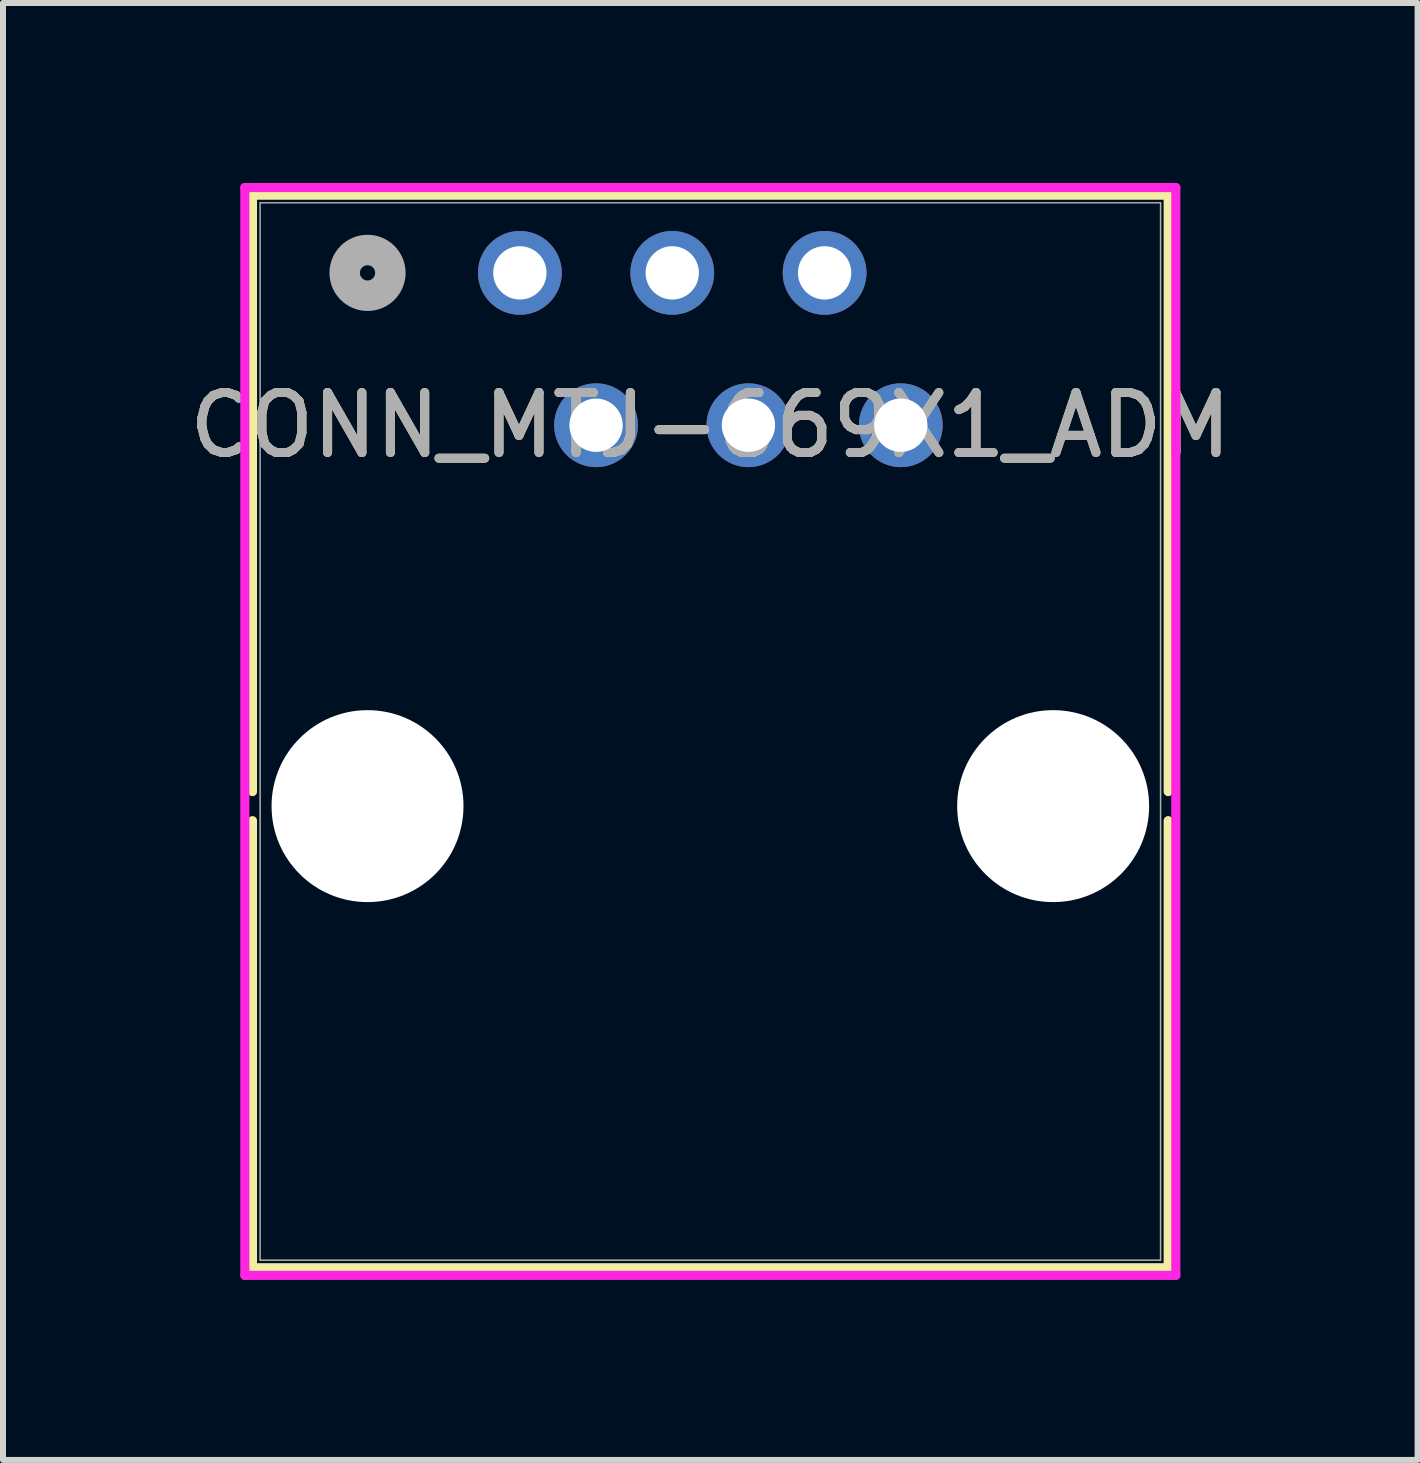
<source format=kicad_pcb>
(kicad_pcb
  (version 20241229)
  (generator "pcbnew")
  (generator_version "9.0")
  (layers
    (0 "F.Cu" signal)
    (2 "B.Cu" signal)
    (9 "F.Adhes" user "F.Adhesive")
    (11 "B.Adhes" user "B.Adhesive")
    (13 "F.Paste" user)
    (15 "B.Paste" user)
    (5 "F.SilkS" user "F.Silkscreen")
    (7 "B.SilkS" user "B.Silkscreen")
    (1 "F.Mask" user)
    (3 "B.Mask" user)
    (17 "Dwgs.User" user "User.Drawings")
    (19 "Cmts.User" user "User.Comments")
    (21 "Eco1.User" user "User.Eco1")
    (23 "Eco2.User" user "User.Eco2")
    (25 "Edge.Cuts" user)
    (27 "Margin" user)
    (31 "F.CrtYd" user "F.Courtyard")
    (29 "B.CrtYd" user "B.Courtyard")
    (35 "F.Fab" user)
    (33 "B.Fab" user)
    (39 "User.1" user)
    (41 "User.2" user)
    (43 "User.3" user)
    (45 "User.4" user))
  (footprint "CONN_MTJ-669X1_ADM"
    (layer "F.Cu")
    (at 4.347 4.039)
    (property "Reference" "CONN_MTJ-669X1_ADM" (at 4.445 0 0) (unlocked yes) (layer "F.SilkS") (effects (font (size 1 1) (thickness 0.15))))
    (attr through_hole)
    (fp_line (start -3.188 -3.835) (end -3.188 6.108) (stroke (width 0.152) (type solid)) (layer "F.SilkS"))
    (fp_line (start -3.188 6.592) (end -3.188 14.046) (stroke (width 0.152) (type solid)) (layer "F.SilkS"))
    (fp_line (start -3.188 14.046) (end 12.078 14.046) (stroke (width 0.152) (type solid)) (layer "F.SilkS"))
    (fp_line (start 12.078 -3.835) (end -3.188 -3.835) (stroke (width 0.152) (type solid)) (layer "F.SilkS"))
    (fp_line (start 12.078 6.108) (end 12.078 -3.835) (stroke (width 0.152) (type solid)) (layer "F.SilkS"))
    (fp_line (start 12.078 14.046) (end 12.078 6.592) (stroke (width 0.152) (type solid)) (layer "F.SilkS"))
    (fp_line (start -3.315 -3.962) (end -3.315 14.173) (stroke (width 0.152) (type solid)) (layer "F.CrtYd"))
    (fp_line (start -3.315 14.173) (end 12.205 14.173) (stroke (width 0.152) (type solid)) (layer "F.CrtYd"))
    (fp_line (start 12.205 -3.962) (end -3.315 -3.962) (stroke (width 0.152) (type solid)) (layer "F.CrtYd"))
    (fp_line (start 12.205 14.173) (end 12.205 -3.962) (stroke (width 0.152) (type solid)) (layer "F.CrtYd"))
    (fp_line (start -3.061 -3.708) (end -3.061 13.919) (stroke (width 0.025) (type solid)) (layer "F.Fab"))
    (fp_line (start -3.061 13.919) (end 11.951 13.919) (stroke (width 0.025) (type solid)) (layer "F.Fab"))
    (fp_line (start 11.951 -3.708) (end -3.061 -3.708) (stroke (width 0.025) (type solid)) (layer "F.Fab"))
    (fp_line (start 11.951 13.919) (end 11.951 -3.708) (stroke (width 0.025) (type solid)) (layer "F.Fab"))
    (fp_circle (center -1.27 -2.54) (end -0.889 -2.54) (stroke (width 0.508) (type solid)) (fill no) (layer "F.Fab"))
    (fp_text user "${REFERENCE}" (at 4.445 0 0) (unlocked yes) (layer "F.Fab") (effects (font (size 1 1) (thickness 0.15))))
    (pad "" np_thru_hole circle (at -1.27 6.35) (size 3.2 3.2) (drill 3.2) (layers "*.Cu" "*.Mask"))
    (pad "" np_thru_hole circle (at 10.16 6.35) (size 3.2 3.2) (drill 3.2) (layers "*.Cu" "*.Mask"))
    (pad "1" thru_hole circle (at 1.27 -2.54) (size 1.397 1.397) (drill 0.889) (layers "*.Cu" "*.Mask"))
    (pad "2" thru_hole circle (at 2.54 0) (size 1.397 1.397) (drill 0.889) (layers "*.Cu" "*.Mask"))
    (pad "3" thru_hole circle (at 3.81 -2.54) (size 1.397 1.397) (drill 0.889) (layers "*.Cu" "*.Mask"))
    (pad "4" thru_hole circle (at 5.08 0) (size 1.397 1.397) (drill 0.889) (layers "*.Cu" "*.Mask"))
    (pad "5" thru_hole circle (at 6.35 -2.54) (size 1.397 1.397) (drill 0.889) (layers "*.Cu" "*.Mask"))
    (pad "6" thru_hole circle (at 7.62 0) (size 1.397 1.397) (drill 0.889) (layers "*.Cu" "*.Mask")))
  (gr_rect
    (start -3 -3)
    (end 20.583 21.288)
    (stroke (width 0.1) (type default))
    (fill no)
    (layer "Edge.Cuts")))
</source>
